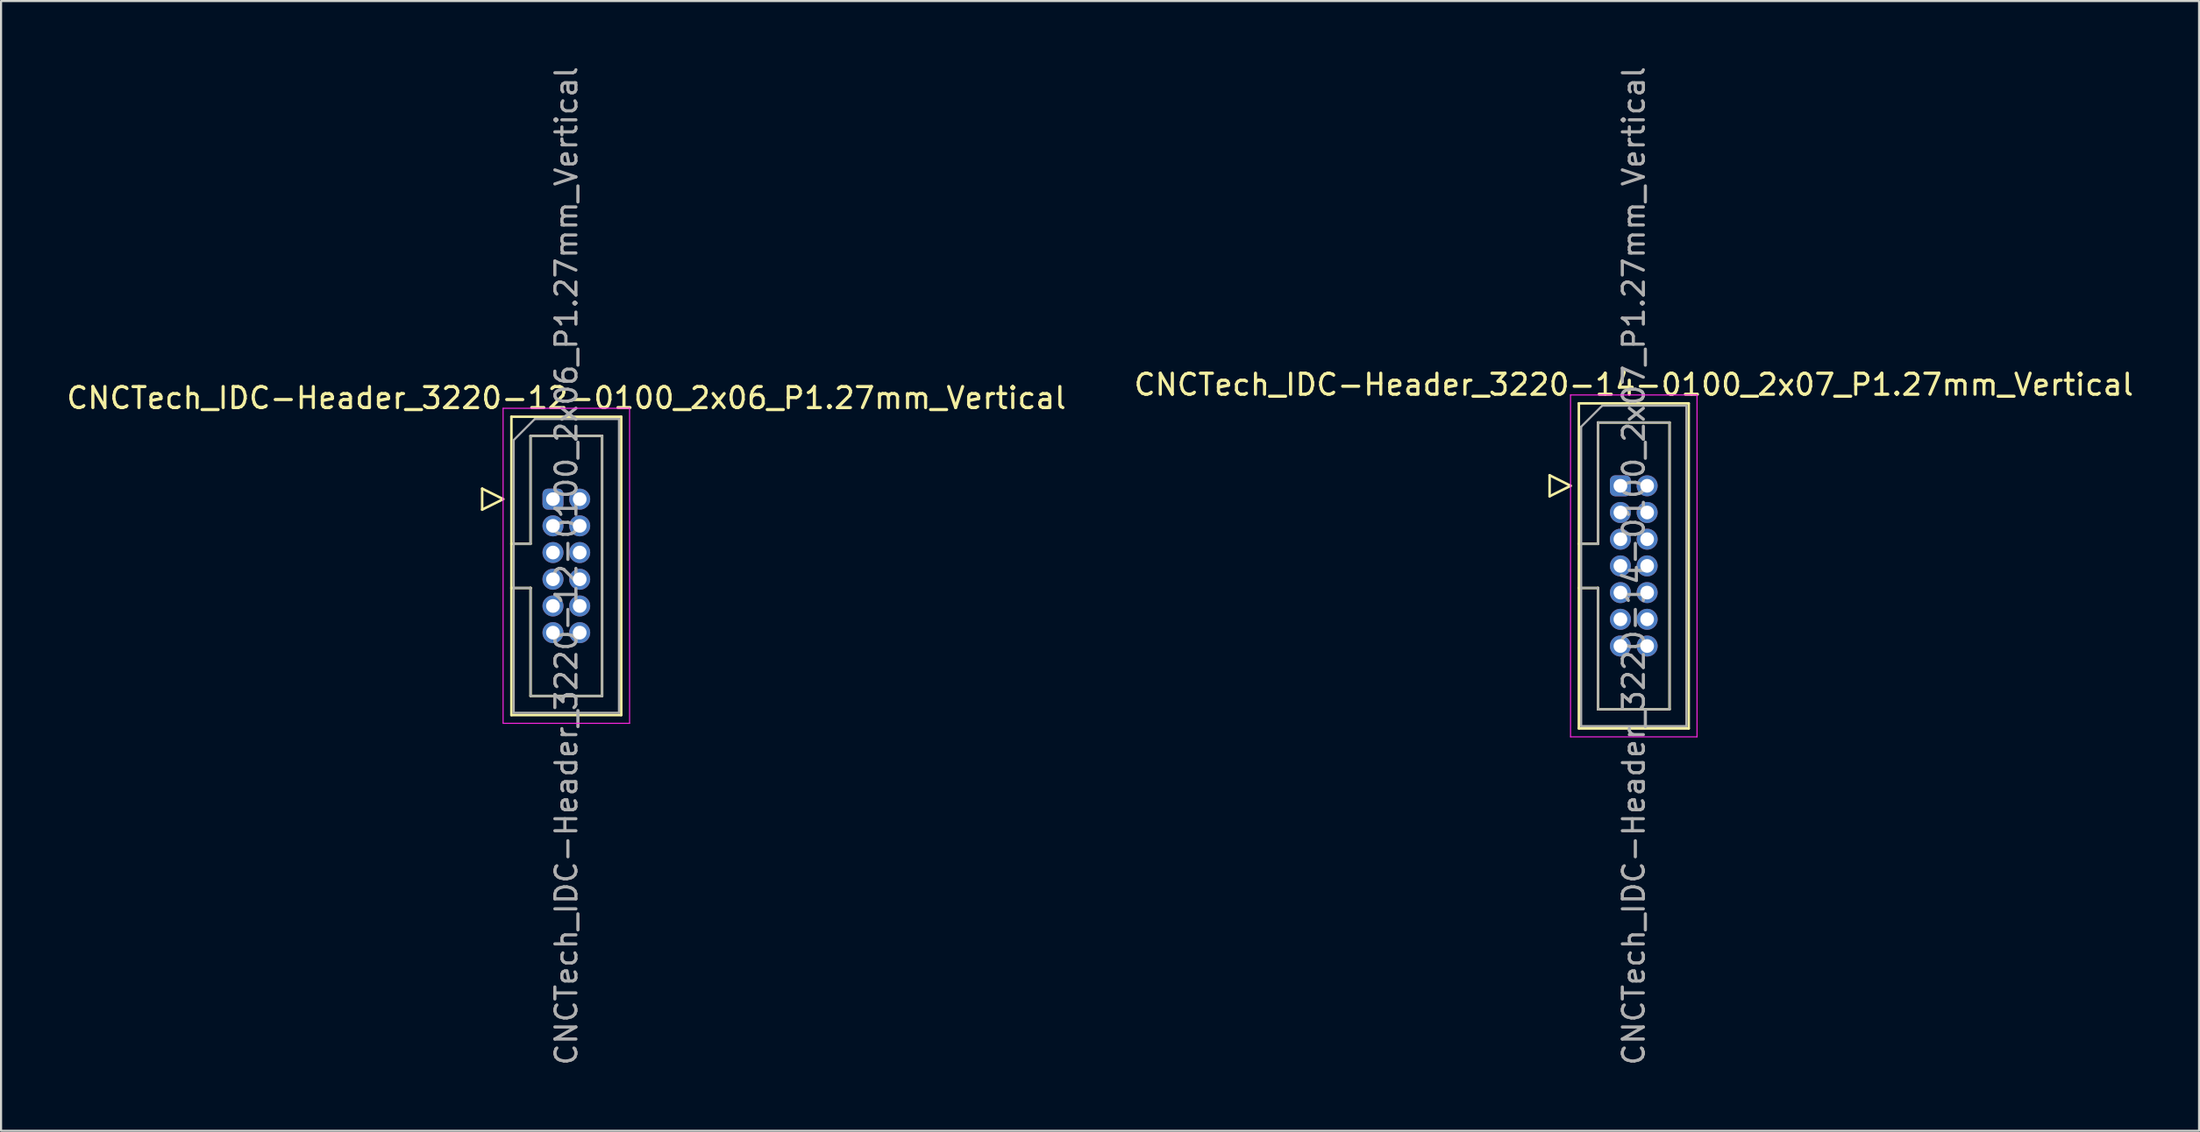
<source format=kicad_pcb>
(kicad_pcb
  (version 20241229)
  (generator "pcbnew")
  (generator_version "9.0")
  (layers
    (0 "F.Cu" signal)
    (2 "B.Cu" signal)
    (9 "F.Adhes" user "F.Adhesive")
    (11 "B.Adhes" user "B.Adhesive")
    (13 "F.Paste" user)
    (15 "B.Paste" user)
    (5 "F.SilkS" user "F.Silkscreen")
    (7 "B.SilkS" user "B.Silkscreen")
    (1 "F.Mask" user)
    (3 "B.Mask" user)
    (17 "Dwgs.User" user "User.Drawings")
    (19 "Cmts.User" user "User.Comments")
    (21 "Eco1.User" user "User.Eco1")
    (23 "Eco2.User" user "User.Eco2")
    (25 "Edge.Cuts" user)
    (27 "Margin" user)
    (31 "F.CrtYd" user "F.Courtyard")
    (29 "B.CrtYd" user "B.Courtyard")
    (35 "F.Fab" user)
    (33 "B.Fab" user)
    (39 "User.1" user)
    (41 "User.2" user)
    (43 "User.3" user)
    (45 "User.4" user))
  (footprint "CNCTech_IDC-Header_3220-12-0100_2x06_P1.27mm_Vertical"
    (layer "F.Cu")
    (at 23.228 20.688)
    (property "Reference" "CNCTech_IDC-Header_3220-12-0100_2x06_P1.27mm_Vertical" (at 0.635 -4.81 0) (layer "F.SilkS") (effects (font (size 1 1) (thickness 0.15))))
    (attr through_hole)
    (fp_line (start -3.365 -0.5) (end -3.365 0.5) (stroke (width 0.12) (type solid)) (layer "F.SilkS"))
    (fp_line (start -3.365 0.5) (end -2.365 0) (stroke (width 0.12) (type solid)) (layer "F.SilkS"))
    (fp_line (start -2.365 0) (end -3.365 -0.5) (stroke (width 0.12) (type solid)) (layer "F.SilkS"))
    (fp_line (start -1.975 -3.92) (end 3.245 -3.92) (stroke (width 0.12) (type solid)) (layer "F.SilkS"))
    (fp_line (start -1.975 2.125) (end -1.065 2.125) (stroke (width 0.12) (type solid)) (layer "F.SilkS"))
    (fp_line (start -1.975 10.27) (end -1.975 -3.92) (stroke (width 0.12) (type solid)) (layer "F.SilkS"))
    (fp_line (start -1.065 -3.01) (end 2.335 -3.01) (stroke (width 0.12) (type solid)) (layer "F.SilkS"))
    (fp_line (start -1.065 2.125) (end -1.065 -3.01) (stroke (width 0.12) (type solid)) (layer "F.SilkS"))
    (fp_line (start -1.065 4.225) (end -1.975 4.225) (stroke (width 0.12) (type solid)) (layer "F.SilkS"))
    (fp_line (start -1.065 4.225) (end -1.065 4.225) (stroke (width 0.12) (type solid)) (layer "F.SilkS"))
    (fp_line (start -1.065 9.36) (end -1.065 4.225) (stroke (width 0.12) (type solid)) (layer "F.SilkS"))
    (fp_line (start 2.335 -3.01) (end 2.335 9.36) (stroke (width 0.12) (type solid)) (layer "F.SilkS"))
    (fp_line (start 2.335 9.36) (end -1.065 9.36) (stroke (width 0.12) (type solid)) (layer "F.SilkS"))
    (fp_line (start 3.245 -3.92) (end 3.245 10.27) (stroke (width 0.12) (type solid)) (layer "F.SilkS"))
    (fp_line (start 3.245 10.27) (end -1.975 10.27) (stroke (width 0.12) (type solid)) (layer "F.SilkS"))
    (fp_line (start -2.37 -4.32) (end -2.37 10.66) (stroke (width 0.05) (type solid)) (layer "F.CrtYd"))
    (fp_line (start -2.37 10.66) (end 3.64 10.66) (stroke (width 0.05) (type solid)) (layer "F.CrtYd"))
    (fp_line (start 3.64 -4.32) (end -2.37 -4.32) (stroke (width 0.05) (type solid)) (layer "F.CrtYd"))
    (fp_line (start 3.64 10.66) (end 3.64 -4.32) (stroke (width 0.05) (type solid)) (layer "F.CrtYd"))
    (fp_line (start -1.865 -2.81) (end -0.865 -3.81) (stroke (width 0.1) (type solid)) (layer "F.Fab"))
    (fp_line (start -1.865 2.125) (end -1.065 2.125) (stroke (width 0.1) (type solid)) (layer "F.Fab"))
    (fp_line (start -1.865 10.16) (end -1.865 -2.81) (stroke (width 0.1) (type solid)) (layer "F.Fab"))
    (fp_line (start -1.065 -3.01) (end 2.335 -3.01) (stroke (width 0.1) (type solid)) (layer "F.Fab"))
    (fp_line (start -1.065 2.125) (end -1.065 -3.01) (stroke (width 0.1) (type solid)) (layer "F.Fab"))
    (fp_line (start -1.065 4.225) (end -1.865 4.225) (stroke (width 0.1) (type solid)) (layer "F.Fab"))
    (fp_line (start -1.065 4.225) (end -1.065 4.225) (stroke (width 0.1) (type solid)) (layer "F.Fab"))
    (fp_line (start -1.065 9.36) (end -1.065 4.225) (stroke (width 0.1) (type solid)) (layer "F.Fab"))
    (fp_line (start -0.865 -3.81) (end 3.135 -3.81) (stroke (width 0.1) (type solid)) (layer "F.Fab"))
    (fp_line (start 2.335 -3.01) (end 2.335 9.36) (stroke (width 0.1) (type solid)) (layer "F.Fab"))
    (fp_line (start 2.335 9.36) (end -1.065 9.36) (stroke (width 0.1) (type solid)) (layer "F.Fab"))
    (fp_line (start 3.135 -3.81) (end 3.135 10.16) (stroke (width 0.1) (type solid)) (layer "F.Fab"))
    (fp_line (start 3.135 10.16) (end -1.865 10.16) (stroke (width 0.1) (type solid)) (layer "F.Fab"))
    (fp_text user "${REFERENCE}" (at 0.635 3.175 90) (layer "F.Fab") (effects (font (size 1 1) (thickness 0.15))))
    (pad "1" thru_hole roundrect (at 0 0) (size 1 1) (drill 0.65) (layers "*.Cu" "*.Mask") (roundrect_rratio 0.25))
    (pad "2" thru_hole circle (at 1.27 0) (size 1 1) (drill 0.65) (layers "*.Cu" "*.Mask"))
    (pad "3" thru_hole circle (at 0 1.27) (size 1 1) (drill 0.65) (layers "*.Cu" "*.Mask"))
    (pad "4" thru_hole circle (at 1.27 1.27) (size 1 1) (drill 0.65) (layers "*.Cu" "*.Mask"))
    (pad "5" thru_hole circle (at 0 2.54) (size 1 1) (drill 0.65) (layers "*.Cu" "*.Mask"))
    (pad "6" thru_hole circle (at 1.27 2.54) (size 1 1) (drill 0.65) (layers "*.Cu" "*.Mask"))
    (pad "7" thru_hole circle (at 0 3.81) (size 1 1) (drill 0.65) (layers "*.Cu" "*.Mask"))
    (pad "8" thru_hole circle (at 1.27 3.81) (size 1 1) (drill 0.65) (layers "*.Cu" "*.Mask"))
    (pad "9" thru_hole circle (at 0 5.08) (size 1 1) (drill 0.65) (layers "*.Cu" "*.Mask"))
    (pad "10" thru_hole circle (at 1.27 5.08) (size 1 1) (drill 0.65) (layers "*.Cu" "*.Mask"))
    (pad "11" thru_hole circle (at 0 6.35) (size 1 1) (drill 0.65) (layers "*.Cu" "*.Mask"))
    (pad "12" thru_hole circle (at 1.27 6.35) (size 1 1) (drill 0.65) (layers "*.Cu" "*.Mask")))
  (footprint "CNCTech_IDC-Header_3220-14-0100_2x07_P1.27mm_Vertical"
    (layer "F.Cu")
    (at 73.954 20.053)
    (property "Reference" "CNCTech_IDC-Header_3220-14-0100_2x07_P1.27mm_Vertical" (at 0.635 -4.81 0) (layer "F.SilkS") (effects (font (size 1 1) (thickness 0.15))))
    (attr through_hole)
    (fp_line (start -3.365 -0.5) (end -3.365 0.5) (stroke (width 0.12) (type solid)) (layer "F.SilkS"))
    (fp_line (start -3.365 0.5) (end -2.365 0) (stroke (width 0.12) (type solid)) (layer "F.SilkS"))
    (fp_line (start -2.365 0) (end -3.365 -0.5) (stroke (width 0.12) (type solid)) (layer "F.SilkS"))
    (fp_line (start -1.975 -3.92) (end 3.245 -3.92) (stroke (width 0.12) (type solid)) (layer "F.SilkS"))
    (fp_line (start -1.975 2.76) (end -1.065 2.76) (stroke (width 0.12) (type solid)) (layer "F.SilkS"))
    (fp_line (start -1.975 11.54) (end -1.975 -3.92) (stroke (width 0.12) (type solid)) (layer "F.SilkS"))
    (fp_line (start -1.065 -3.01) (end 2.335 -3.01) (stroke (width 0.12) (type solid)) (layer "F.SilkS"))
    (fp_line (start -1.065 2.76) (end -1.065 -3.01) (stroke (width 0.12) (type solid)) (layer "F.SilkS"))
    (fp_line (start -1.065 4.86) (end -1.975 4.86) (stroke (width 0.12) (type solid)) (layer "F.SilkS"))
    (fp_line (start -1.065 4.86) (end -1.065 4.86) (stroke (width 0.12) (type solid)) (layer "F.SilkS"))
    (fp_line (start -1.065 10.63) (end -1.065 4.86) (stroke (width 0.12) (type solid)) (layer "F.SilkS"))
    (fp_line (start 2.335 -3.01) (end 2.335 10.63) (stroke (width 0.12) (type solid)) (layer "F.SilkS"))
    (fp_line (start 2.335 10.63) (end -1.065 10.63) (stroke (width 0.12) (type solid)) (layer "F.SilkS"))
    (fp_line (start 3.245 -3.92) (end 3.245 11.54) (stroke (width 0.12) (type solid)) (layer "F.SilkS"))
    (fp_line (start 3.245 11.54) (end -1.975 11.54) (stroke (width 0.12) (type solid)) (layer "F.SilkS"))
    (fp_line (start -2.37 -4.32) (end -2.37 11.94) (stroke (width 0.05) (type solid)) (layer "F.CrtYd"))
    (fp_line (start -2.37 11.94) (end 3.64 11.94) (stroke (width 0.05) (type solid)) (layer "F.CrtYd"))
    (fp_line (start 3.64 -4.32) (end -2.37 -4.32) (stroke (width 0.05) (type solid)) (layer "F.CrtYd"))
    (fp_line (start 3.64 11.94) (end 3.64 -4.32) (stroke (width 0.05) (type solid)) (layer "F.CrtYd"))
    (fp_line (start -1.865 -2.81) (end -0.865 -3.81) (stroke (width 0.1) (type solid)) (layer "F.Fab"))
    (fp_line (start -1.865 2.76) (end -1.065 2.76) (stroke (width 0.1) (type solid)) (layer "F.Fab"))
    (fp_line (start -1.865 11.43) (end -1.865 -2.81) (stroke (width 0.1) (type solid)) (layer "F.Fab"))
    (fp_line (start -1.065 -3.01) (end 2.335 -3.01) (stroke (width 0.1) (type solid)) (layer "F.Fab"))
    (fp_line (start -1.065 2.76) (end -1.065 -3.01) (stroke (width 0.1) (type solid)) (layer "F.Fab"))
    (fp_line (start -1.065 4.86) (end -1.865 4.86) (stroke (width 0.1) (type solid)) (layer "F.Fab"))
    (fp_line (start -1.065 4.86) (end -1.065 4.86) (stroke (width 0.1) (type solid)) (layer "F.Fab"))
    (fp_line (start -1.065 10.63) (end -1.065 4.86) (stroke (width 0.1) (type solid)) (layer "F.Fab"))
    (fp_line (start -0.865 -3.81) (end 3.135 -3.81) (stroke (width 0.1) (type solid)) (layer "F.Fab"))
    (fp_line (start 2.335 -3.01) (end 2.335 10.63) (stroke (width 0.1) (type solid)) (layer "F.Fab"))
    (fp_line (start 2.335 10.63) (end -1.065 10.63) (stroke (width 0.1) (type solid)) (layer "F.Fab"))
    (fp_line (start 3.135 -3.81) (end 3.135 11.43) (stroke (width 0.1) (type solid)) (layer "F.Fab"))
    (fp_line (start 3.135 11.43) (end -1.865 11.43) (stroke (width 0.1) (type solid)) (layer "F.Fab"))
    (fp_text user "${REFERENCE}" (at 0.635 3.81 90) (layer "F.Fab") (effects (font (size 1 1) (thickness 0.15))))
    (pad "1" thru_hole roundrect (at 0 0) (size 1 1) (drill 0.65) (layers "*.Cu" "*.Mask") (roundrect_rratio 0.25))
    (pad "2" thru_hole circle (at 1.27 0) (size 1 1) (drill 0.65) (layers "*.Cu" "*.Mask"))
    (pad "3" thru_hole circle (at 0 1.27) (size 1 1) (drill 0.65) (layers "*.Cu" "*.Mask"))
    (pad "4" thru_hole circle (at 1.27 1.27) (size 1 1) (drill 0.65) (layers "*.Cu" "*.Mask"))
    (pad "5" thru_hole circle (at 0 2.54) (size 1 1) (drill 0.65) (layers "*.Cu" "*.Mask"))
    (pad "6" thru_hole circle (at 1.27 2.54) (size 1 1) (drill 0.65) (layers "*.Cu" "*.Mask"))
    (pad "7" thru_hole circle (at 0 3.81) (size 1 1) (drill 0.65) (layers "*.Cu" "*.Mask"))
    (pad "8" thru_hole circle (at 1.27 3.81) (size 1 1) (drill 0.65) (layers "*.Cu" "*.Mask"))
    (pad "9" thru_hole circle (at 0 5.08) (size 1 1) (drill 0.65) (layers "*.Cu" "*.Mask"))
    (pad "10" thru_hole circle (at 1.27 5.08) (size 1 1) (drill 0.65) (layers "*.Cu" "*.Mask"))
    (pad "11" thru_hole circle (at 0 6.35) (size 1 1) (drill 0.65) (layers "*.Cu" "*.Mask"))
    (pad "12" thru_hole circle (at 1.27 6.35) (size 1 1) (drill 0.65) (layers "*.Cu" "*.Mask"))
    (pad "13" thru_hole circle (at 0 7.62) (size 1 1) (drill 0.65) (layers "*.Cu" "*.Mask"))
    (pad "14" thru_hole circle (at 1.27 7.62) (size 1 1) (drill 0.65) (layers "*.Cu" "*.Mask")))
  (gr_rect
    (start -3 -3)
    (end 101.452 50.726)
    (stroke (width 0.1) (type default))
    (fill no)
    (layer "Edge.Cuts")))
</source>
